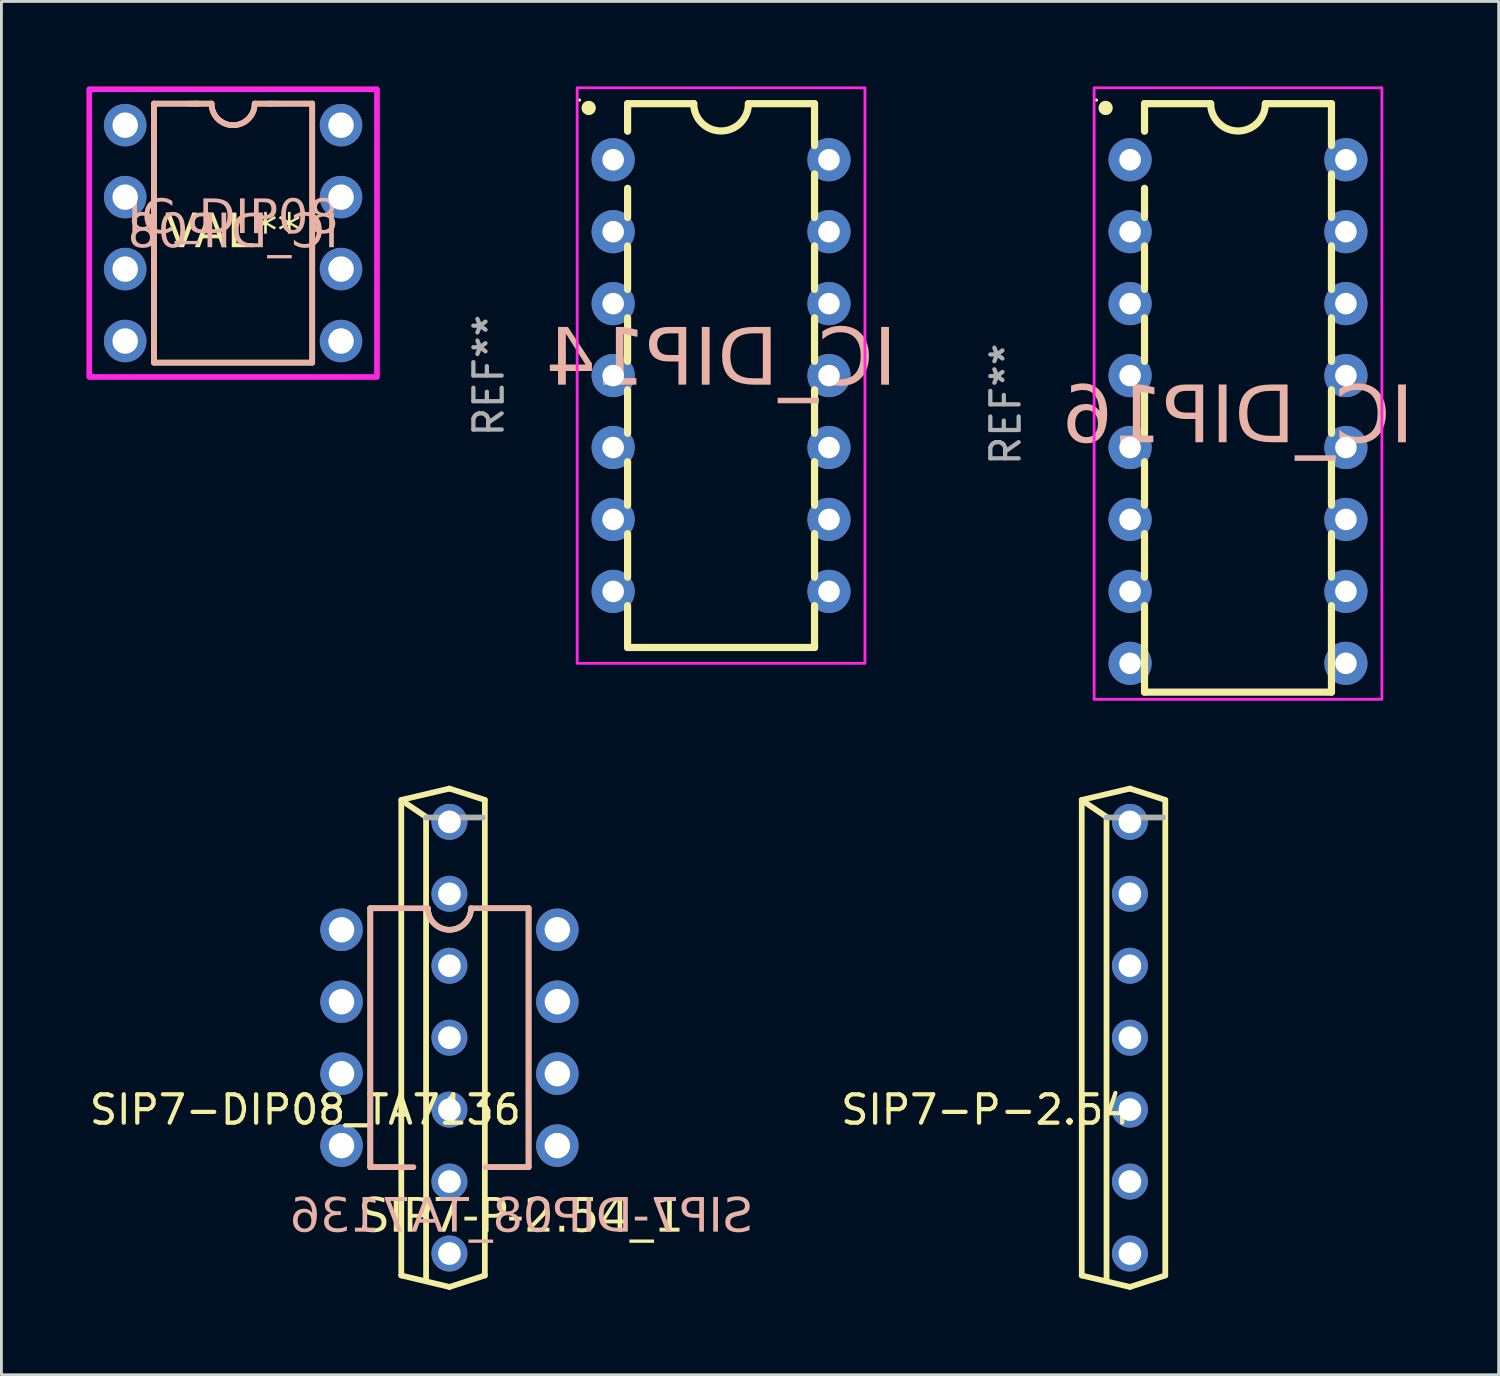
<source format=kicad_pcb>
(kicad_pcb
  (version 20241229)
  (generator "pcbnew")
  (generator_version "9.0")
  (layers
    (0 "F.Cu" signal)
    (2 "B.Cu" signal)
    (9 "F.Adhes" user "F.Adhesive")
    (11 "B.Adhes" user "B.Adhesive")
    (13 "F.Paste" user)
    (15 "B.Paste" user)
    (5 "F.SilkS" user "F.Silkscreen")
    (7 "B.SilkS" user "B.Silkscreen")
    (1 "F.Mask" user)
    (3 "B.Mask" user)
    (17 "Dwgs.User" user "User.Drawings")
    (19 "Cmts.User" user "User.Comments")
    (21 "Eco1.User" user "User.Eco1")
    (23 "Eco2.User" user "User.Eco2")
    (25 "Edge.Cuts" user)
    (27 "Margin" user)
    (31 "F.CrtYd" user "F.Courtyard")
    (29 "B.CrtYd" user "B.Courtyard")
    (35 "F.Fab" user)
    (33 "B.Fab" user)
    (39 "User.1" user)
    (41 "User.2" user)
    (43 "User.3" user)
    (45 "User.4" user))
  (footprint "IC_DIP14"
    (layer "F.Cu")
    (at 22.408 10.21)
    (property "Reference" "IC_DIP14" (at 0 -0.508 180) (layer "B.SilkS") (effects (font (face "Milk Run") (size 2 2) (thickness 0.15)) (justify mirror)))
    (attr through_hole)
    (fp_line (start -3.3 -9.6) (end -3.3 -8.628) (stroke (width 0.254) (type solid)) (layer "F.SilkS"))
    (fp_line (start -3.3 -9.6) (end -0.965 -9.6) (stroke (width 0.254) (type solid)) (layer "F.SilkS"))
    (fp_line (start -3.3 -6.612) (end -3.3 -5.581) (stroke (width 0.254) (type solid)) (layer "F.SilkS"))
    (fp_line (start -3.3 -4.579) (end -3.3 -3.041) (stroke (width 0.254) (type solid)) (layer "F.SilkS"))
    (fp_line (start -3.3 -2.039) (end -3.3 -0.501) (stroke (width 0.254) (type solid)) (layer "F.SilkS"))
    (fp_line (start -3.3 0.501) (end -3.3 2.039) (stroke (width 0.254) (type solid)) (layer "F.SilkS"))
    (fp_line (start -3.3 3.041) (end -3.3 4.579) (stroke (width 0.254) (type solid)) (layer "F.SilkS"))
    (fp_line (start -3.3 5.581) (end -3.3 7.119) (stroke (width 0.254) (type solid)) (layer "F.SilkS"))
    (fp_line (start -3.3 8.121) (end -3.3 9.6) (stroke (width 0.254) (type solid)) (layer "F.SilkS"))
    (fp_line (start 3.3 -9.6) (end 0.965 -9.6) (stroke (width 0.254) (type solid)) (layer "F.SilkS"))
    (fp_line (start 3.3 -9.6) (end 3.3 -8.121) (stroke (width 0.254) (type solid)) (layer "F.SilkS"))
    (fp_line (start 3.3 -7.119) (end 3.3 -5.581) (stroke (width 0.254) (type solid)) (layer "F.SilkS"))
    (fp_line (start 3.3 -4.579) (end 3.3 -3.041) (stroke (width 0.254) (type solid)) (layer "F.SilkS"))
    (fp_line (start 3.3 -2.039) (end 3.3 -0.501) (stroke (width 0.254) (type solid)) (layer "F.SilkS"))
    (fp_line (start 3.3 0.501) (end 3.3 2.039) (stroke (width 0.254) (type solid)) (layer "F.SilkS"))
    (fp_line (start 3.3 3.041) (end 3.3 4.579) (stroke (width 0.254) (type solid)) (layer "F.SilkS"))
    (fp_line (start 3.3 5.581) (end 3.3 7.119) (stroke (width 0.254) (type solid)) (layer "F.SilkS"))
    (fp_line (start 3.3 8.121) (end 3.3 9.6) (stroke (width 0.254) (type solid)) (layer "F.SilkS"))
    (fp_line (start 3.3 9.6) (end -3.3 9.6) (stroke (width 0.254) (type solid)) (layer "F.SilkS"))
    (fp_arc (start 0.964999 -9.600025) (mid -0.000699 -8.635521) (end -0.965203 -9.601219) (stroke (width 0.254) (type solid)) (layer "F.SilkS"))
    (fp_circle (center -5 -9.727) (end -5 -9.697) (stroke (width 0.06) (type solid)) (fill no) (layer "F.SilkS"))
    (fp_circle (center -4.674 -9.449) (end -4.674 -9.322) (stroke (width 0.254) (type solid)) (fill no) (layer "F.SilkS"))
    (fp_rect (start -5.08 -10.16) (end 5.08 10.16) (stroke (width 0.1) (type default)) (fill no) (layer "F.CrtYd"))
    (fp_text user "REF**" (at -8.2 0 270) (layer "F.Fab") (effects (font (size 1 1) (thickness 0.15))))
    (pad "1" thru_hole circle (at -3.81 -7.62) (size 1.524 1.524) (drill 0.762) (layers "*.Cu" "*.Mask"))
    (pad "2" thru_hole circle (at -3.81 -5.08) (size 1.524 1.524) (drill 0.762) (layers "*.Cu" "*.Mask"))
    (pad "3" thru_hole circle (at -3.81 -2.54) (size 1.524 1.524) (drill 0.762) (layers "*.Cu" "*.Mask"))
    (pad "4" thru_hole circle (at -3.81 0) (size 1.524 1.524) (drill 0.762) (layers "*.Cu" "*.Mask"))
    (pad "5" thru_hole circle (at -3.81 2.54) (size 1.524 1.524) (drill 0.762) (layers "*.Cu" "*.Mask"))
    (pad "6" thru_hole circle (at -3.81 5.08) (size 1.524 1.524) (drill 0.762) (layers "*.Cu" "*.Mask"))
    (pad "7" thru_hole circle (at -3.81 7.62) (size 1.524 1.524) (drill 0.762) (layers "*.Cu" "*.Mask"))
    (pad "8" thru_hole circle (at 3.81 7.62) (size 1.524 1.524) (drill 0.762) (layers "*.Cu" "*.Mask"))
    (pad "9" thru_hole circle (at 3.81 5.08) (size 1.524 1.524) (drill 0.762) (layers "*.Cu" "*.Mask"))
    (pad "10" thru_hole circle (at 3.81 2.54) (size 1.524 1.524) (drill 0.762) (layers "*.Cu" "*.Mask"))
    (pad "11" thru_hole circle (at 3.81 0) (size 1.524 1.524) (drill 0.762) (layers "*.Cu" "*.Mask"))
    (pad "12" thru_hole circle (at 3.81 -2.54) (size 1.524 1.524) (drill 0.762) (layers "*.Cu" "*.Mask"))
    (pad "13" thru_hole circle (at 3.81 -5.08) (size 1.524 1.524) (drill 0.762) (layers "*.Cu" "*.Mask"))
    (pad "14" thru_hole circle (at 3.81 -7.62) (size 1.524 1.524) (drill 0.762) (layers "*.Cu" "*.Mask")))
  (footprint "SIP7-P-2.54"
    (layer "F.Cu")
    (at 36.842 33.587)
    (property "Reference" "SIP7-P-2.54" (at -5.087 2.544 0) (layer "F.SilkS") (effects (font (size 1.001 1.001) (thickness 0.15))))
    (attr through_hole)
    (fp_line (start -1.7 -8.395) (end 0 -8.795) (stroke (width 0.203) (type solid)) (layer "F.SilkS"))
    (fp_line (start -1.7 8.395) (end -1.7 -8.395) (stroke (width 0.203) (type solid)) (layer "F.SilkS"))
    (fp_line (start -1.675 -8.37) (end -0.825 -7.795) (stroke (width 0.203) (type solid)) (layer "F.SilkS"))
    (fp_line (start -0.825 8.545) (end -0.825 -7.795) (stroke (width 0.203) (type solid)) (layer "F.SilkS"))
    (fp_line (start 0 -8.795) (end 1.25 -8.395) (stroke (width 0.203) (type solid)) (layer "F.SilkS"))
    (fp_line (start 0 8.8) (end -1.7 8.395) (stroke (width 0.203) (type solid)) (layer "F.SilkS"))
    (fp_line (start 1.25 -8.395) (end 1.25 8.395) (stroke (width 0.203) (type solid)) (layer "F.SilkS"))
    (fp_line (start 1.25 8.395) (end 0 8.8) (stroke (width 0.203) (type solid)) (layer "F.SilkS"))
    (fp_line (start 1.17 -7.775) (end -0.82 -7.775) (stroke (width 0.203) (type solid)) (layer "F.Fab"))
    (pad "1" thru_hole circle (at 0 -7.62 270) (size 1.27 1.27) (drill 0.8) (layers "*.Cu" "*.Mask"))
    (pad "2" thru_hole circle (at 0 -5.08 270) (size 1.27 1.27) (drill 0.8) (layers "*.Cu" "*.Mask"))
    (pad "3" thru_hole circle (at 0 -2.54 270) (size 1.27 1.27) (drill 0.8) (layers "*.Cu" "*.Mask"))
    (pad "4" thru_hole circle (at 0 0 270) (size 1.27 1.27) (drill 0.8) (layers "*.Cu" "*.Mask"))
    (pad "5" thru_hole circle (at 0 2.54 270) (size 1.27 1.27) (drill 0.8) (layers "*.Cu" "*.Mask"))
    (pad "6" thru_hole circle (at 0 5.08 270) (size 1.27 1.27) (drill 0.8) (layers "*.Cu" "*.Mask"))
    (pad "7" thru_hole circle (at 0 7.62 270) (size 1.27 1.27) (drill 0.8) (layers "*.Cu" "*.Mask")))
  (footprint "IC_DIP08"
    (layer "F.Cu")
    (at 5.18 5.18)
    (property "Reference" "IC_DIP08" (at 0 -0.5 0) (unlocked yes) (layer "B.SilkS") (effects (font (face "Milk Run") (size 1.2 1.2) (thickness 0.1))))
    (property "Value" "VAL**" (at 0 1 0) (unlocked yes) (layer "F.SilkS") (hide yes) (effects (font (face "Milk Run") (size 1.2 1.2) (thickness 0.1))))
    (attr through_hole)
    (fp_line (start -2.794 -4.572) (end -2.794 4.572) (stroke (width 0.2) (type default)) (layer "F.SilkS"))
    (fp_line (start -2.794 -4.572) (end -1.524 -4.572) (stroke (width 0.2) (type default)) (layer "F.SilkS"))
    (fp_line (start -2.794 4.572) (end 2.794 4.572) (stroke (width 0.2) (type default)) (layer "F.SilkS"))
    (fp_line (start -1.524 -4.572) (end -1.27 -4.572) (stroke (width 0.2) (type default)) (layer "F.SilkS"))
    (fp_line (start -0.762 -4.572) (end -1.397 -4.572) (stroke (width 0.2) (type default)) (layer "F.SilkS"))
    (fp_line (start 0.762 -4.572) (end 1.27 -4.572) (stroke (width 0.2) (type default)) (layer "F.SilkS"))
    (fp_line (start 2.794 -4.572) (end 1.27 -4.572) (stroke (width 0.2) (type default)) (layer "F.SilkS"))
    (fp_line (start 2.794 4.572) (end 2.794 -4.572) (stroke (width 0.2) (type default)) (layer "F.SilkS"))
    (fp_arc (start 0.762 -4.572) (mid 0 -3.81) (end -0.762 -4.572) (stroke (width 0.2) (type default)) (layer "F.SilkS"))
    (fp_line (start -2.794 -4.572) (end -2.794 4.572) (stroke (width 0.2) (type default)) (layer "B.SilkS"))
    (fp_line (start -2.794 4.572) (end 2.794 4.572) (stroke (width 0.2) (type default)) (layer "B.SilkS"))
    (fp_line (start -1.27 -4.572) (end -2.794 -4.572) (stroke (width 0.2) (type default)) (layer "B.SilkS"))
    (fp_line (start -1.27 -4.572) (end -0.762 -4.572) (stroke (width 0.2) (type default)) (layer "B.SilkS"))
    (fp_line (start 1.27 -4.572) (end 1.524 -4.572) (stroke (width 0.2) (type default)) (layer "B.SilkS"))
    (fp_line (start 1.397 -4.572) (end 0.762 -4.572) (stroke (width 0.2) (type default)) (layer "B.SilkS"))
    (fp_line (start 1.524 -4.572) (end 2.794 -4.572) (stroke (width 0.2) (type default)) (layer "B.SilkS"))
    (fp_line (start 2.794 4.572) (end 2.794 -4.572) (stroke (width 0.2) (type default)) (layer "B.SilkS"))
    (fp_arc (start 0.762 -4.572) (mid 0 -3.81) (end -0.762 -4.572) (stroke (width 0.2) (type default)) (layer "B.SilkS"))
    (fp_rect (start -5.08 -5.08) (end 5.08 5.08) (stroke (width 0.2) (type default)) (fill no) (layer "F.CrtYd"))
    (fp_text user "${VALUE}" (at 0 0 0) (layer "F.SilkS") (effects (font (face "Milk Run") (size 1.2 1.2) (thickness 0.1))))
    (fp_text user "${REFERENCE}" (at 0 0 0) (layer "B.SilkS") (effects (font (face "Milk Run") (size 1.2 1.2) (thickness 0.1)) (justify mirror)))
    (pad "1" thru_hole circle (at -3.81 -3.81) (size 1.5 1.5) (drill 0.9) (layers "*.Cu" "*.Mask"))
    (pad "2" thru_hole circle (at -3.81 -1.27) (size 1.5 1.5) (drill 0.9) (layers "*.Cu" "*.Mask"))
    (pad "3" thru_hole circle (at -3.81 1.27) (size 1.5 1.5) (drill 0.9) (layers "*.Cu" "*.Mask"))
    (pad "4" thru_hole circle (at -3.81 3.81) (size 1.5 1.5) (drill 0.9) (layers "*.Cu" "*.Mask"))
    (pad "5" thru_hole circle (at 3.81 3.81) (size 1.5 1.5) (drill 0.9) (layers "*.Cu" "*.Mask"))
    (pad "6" thru_hole circle (at 3.81 1.27) (size 1.5 1.5) (drill 0.9) (layers "*.Cu" "*.Mask"))
    (pad "7" thru_hole circle (at 3.81 -1.27) (size 1.5 1.5) (drill 0.9) (layers "*.Cu" "*.Mask"))
    (pad "8" thru_hole circle (at 3.81 -3.81) (size 1.5 1.5) (drill 0.9) (layers "*.Cu" "*.Mask")))
  (footprint "IC_DIP16"
    (layer "F.Cu")
    (at 40.659 11.48)
    (property "Reference" "IC_DIP16" (at 0 0.254 180) (layer "B.SilkS") (effects (font (face "Milk Run") (size 2 2) (thickness 0.15)) (justify mirror)))
    (attr through_hole)
    (fp_line (start -3.3 -10.87) (end -3.3 -9.898) (stroke (width 0.254) (type solid)) (layer "F.SilkS"))
    (fp_line (start -3.3 -10.87) (end -0.965 -10.87) (stroke (width 0.254) (type solid)) (layer "F.SilkS"))
    (fp_line (start -3.3 -7.882) (end -3.3 -6.851) (stroke (width 0.254) (type solid)) (layer "F.SilkS"))
    (fp_line (start -3.3 -5.849) (end -3.3 -4.311) (stroke (width 0.254) (type solid)) (layer "F.SilkS"))
    (fp_line (start -3.3 -3.309) (end -3.3 -1.771) (stroke (width 0.254) (type solid)) (layer "F.SilkS"))
    (fp_line (start -3.3 -0.769) (end -3.3 0.769) (stroke (width 0.254) (type solid)) (layer "F.SilkS"))
    (fp_line (start -3.3 1.771) (end -3.3 3.309) (stroke (width 0.254) (type solid)) (layer "F.SilkS"))
    (fp_line (start -3.3 4.311) (end -3.3 5.849) (stroke (width 0.254) (type solid)) (layer "F.SilkS"))
    (fp_line (start -3.3 6.851) (end -3.3 9.906) (stroke (width 0.254) (type solid)) (layer "F.SilkS"))
    (fp_line (start 3.3 -10.87) (end 0.965 -10.87) (stroke (width 0.254) (type solid)) (layer "F.SilkS"))
    (fp_line (start 3.3 -10.87) (end 3.3 -9.391) (stroke (width 0.254) (type solid)) (layer "F.SilkS"))
    (fp_line (start 3.3 -8.389) (end 3.3 -6.851) (stroke (width 0.254) (type solid)) (layer "F.SilkS"))
    (fp_line (start 3.3 -5.849) (end 3.3 -4.311) (stroke (width 0.254) (type solid)) (layer "F.SilkS"))
    (fp_line (start 3.3 -3.309) (end 3.3 -1.771) (stroke (width 0.254) (type solid)) (layer "F.SilkS"))
    (fp_line (start 3.3 -0.769) (end 3.3 0.769) (stroke (width 0.254) (type solid)) (layer "F.SilkS"))
    (fp_line (start 3.3 1.771) (end 3.3 3.309) (stroke (width 0.254) (type solid)) (layer "F.SilkS"))
    (fp_line (start 3.3 4.311) (end 3.3 5.849) (stroke (width 0.254) (type solid)) (layer "F.SilkS"))
    (fp_line (start 3.3 6.851) (end 3.3 9.906) (stroke (width 0.254) (type solid)) (layer "F.SilkS"))
    (fp_line (start 3.3 9.906) (end -3.3 9.906) (stroke (width 0.254) (type solid)) (layer "F.SilkS"))
    (fp_arc (start 0.964999 -10.870025) (mid -0.000699 -9.905521) (end -0.965203 -10.871219) (stroke (width 0.254) (type solid)) (layer "F.SilkS"))
    (fp_circle (center -5 -10.997) (end -5 -10.967) (stroke (width 0.06) (type solid)) (fill no) (layer "F.SilkS"))
    (fp_circle (center -4.674 -10.719) (end -4.674 -10.592) (stroke (width 0.254) (type solid)) (fill no) (layer "F.SilkS"))
    (fp_rect (start -5.08 -11.43) (end 5.08 10.16) (stroke (width 0.1) (type default)) (fill no) (layer "F.CrtYd"))
    (fp_text user "REF**" (at -8.2 -0.254 270) (layer "F.Fab") (effects (font (size 1 1) (thickness 0.15))))
    (pad "1" thru_hole circle (at -3.81 -8.89) (size 1.524 1.524) (drill 0.762) (layers "*.Cu" "*.Mask"))
    (pad "2" thru_hole circle (at -3.81 -6.35) (size 1.524 1.524) (drill 0.762) (layers "*.Cu" "*.Mask"))
    (pad "3" thru_hole circle (at -3.81 -3.81) (size 1.524 1.524) (drill 0.762) (layers "*.Cu" "*.Mask"))
    (pad "4" thru_hole circle (at -3.81 -1.27) (size 1.524 1.524) (drill 0.762) (layers "*.Cu" "*.Mask"))
    (pad "5" thru_hole circle (at -3.81 1.27) (size 1.524 1.524) (drill 0.762) (layers "*.Cu" "*.Mask"))
    (pad "6" thru_hole circle (at -3.81 3.81) (size 1.524 1.524) (drill 0.762) (layers "*.Cu" "*.Mask"))
    (pad "7" thru_hole circle (at -3.81 6.35) (size 1.524 1.524) (drill 0.762) (layers "*.Cu" "*.Mask"))
    (pad "8" thru_hole circle (at -3.81 8.89) (size 1.524 1.524) (drill 0.762) (layers "*.Cu" "*.Mask"))
    (pad "9" thru_hole circle (at 3.81 8.89) (size 1.524 1.524) (drill 0.762) (layers "*.Cu" "*.Mask"))
    (pad "10" thru_hole circle (at 3.81 6.35) (size 1.524 1.524) (drill 0.762) (layers "*.Cu" "*.Mask"))
    (pad "11" thru_hole circle (at 3.81 3.81) (size 1.524 1.524) (drill 0.762) (layers "*.Cu" "*.Mask"))
    (pad "12" thru_hole circle (at 3.81 1.27) (size 1.524 1.524) (drill 0.762) (layers "*.Cu" "*.Mask"))
    (pad "13" thru_hole circle (at 3.81 -1.27) (size 1.524 1.524) (drill 0.762) (layers "*.Cu" "*.Mask"))
    (pad "14" thru_hole circle (at 3.81 -3.81) (size 1.524 1.524) (drill 0.762) (layers "*.Cu" "*.Mask"))
    (pad "15" thru_hole circle (at 3.81 -6.35) (size 1.524 1.524) (drill 0.762) (layers "*.Cu" "*.Mask"))
    (pad "16" thru_hole circle (at 3.81 -8.89) (size 1.524 1.524) (drill 0.762) (layers "*.Cu" "*.Mask")))
  (footprint "SIP7-DIP08_TA7136"
    (layer "F.Cu")
    (at 12.818 33.587)
    (property "Reference" "SIP7-DIP08_TA7136" (at -5.087 2.544 0) (layer "F.SilkS") (effects (font (size 1.001 1.001) (thickness 0.15))))
    (property "Value" "SIP7-P-2.54_1" (at 5.081 2.54 0) (layer "F.Fab") (hide yes) (effects (font (size 1 1) (thickness 0.15))))
    (attr through_hole)
    (fp_line (start -2.794 -4.572) (end -2.794 4.572) (stroke (width 0.2) (type default)) (layer "F.SilkS"))
    (fp_line (start -2.794 -4.572) (end -1.7 -4.572) (stroke (width 0.2) (type default)) (layer "F.SilkS"))
    (fp_line (start -2.794 4.572) (end -1.778 4.572) (stroke (width 0.2) (type default)) (layer "F.SilkS"))
    (fp_line (start -1.7 -8.395) (end 0 -8.795) (stroke (width 0.203) (type solid)) (layer "F.SilkS"))
    (fp_line (start -1.7 8.395) (end -1.7 -8.395) (stroke (width 0.203) (type solid)) (layer "F.SilkS"))
    (fp_line (start -1.675 -8.37) (end -0.825 -7.795) (stroke (width 0.203) (type solid)) (layer "F.SilkS"))
    (fp_line (start -0.825 8.545) (end -0.825 -7.795) (stroke (width 0.203) (type solid)) (layer "F.SilkS"))
    (fp_line (start 0 -8.795) (end 1.25 -8.395) (stroke (width 0.203) (type solid)) (layer "F.SilkS"))
    (fp_line (start 0 8.8) (end -1.7 8.395) (stroke (width 0.203) (type solid)) (layer "F.SilkS"))
    (fp_line (start 1.25 -8.395) (end 1.25 8.395) (stroke (width 0.203) (type solid)) (layer "F.SilkS"))
    (fp_line (start 1.25 8.395) (end 0 8.8) (stroke (width 0.203) (type solid)) (layer "F.SilkS"))
    (fp_line (start 1.27 4.572) (end 2.794 4.572) (stroke (width 0.2) (type default)) (layer "F.SilkS"))
    (fp_line (start 2.794 -4.572) (end 1.27 -4.572) (stroke (width 0.2) (type default)) (layer "F.SilkS"))
    (fp_line (start 2.794 4.572) (end 2.794 -4.572) (stroke (width 0.2) (type default)) (layer "F.SilkS"))
    (fp_arc (start 0.762 -4.572) (mid 0 -3.81) (end -0.762 -4.572) (stroke (width 0.2) (type default)) (layer "F.SilkS"))
    (fp_line (start -2.794 -4.572) (end -2.794 4.572) (stroke (width 0.2) (type default)) (layer "B.SilkS"))
    (fp_line (start -2.794 4.572) (end -1.27 4.572) (stroke (width 0.2) (type default)) (layer "B.SilkS"))
    (fp_line (start -0.762 -4.572) (end -2.794 -4.572) (stroke (width 0.2) (type default)) (layer "B.SilkS"))
    (fp_line (start 0.762 -4.572) (end 2.794 -4.572) (stroke (width 0.2) (type default)) (layer "B.SilkS"))
    (fp_line (start 1.27 4.572) (end 2.794 4.572) (stroke (width 0.2) (type default)) (layer "B.SilkS"))
    (fp_line (start 2.794 4.572) (end 2.794 -4.572) (stroke (width 0.2) (type default)) (layer "B.SilkS"))
    (fp_arc (start 0.762 -4.572) (mid 0 -3.81) (end -0.762 -4.572) (stroke (width 0.2) (type default)) (layer "B.SilkS"))
    (fp_line (start 1.17 -7.775) (end -0.82 -7.775) (stroke (width 0.203) (type solid)) (layer "F.Fab"))
    (fp_text user "${VALUE}" (at 2.54 6.35 0) (layer "F.SilkS") (effects (font (face "Milk Run") (size 1.2 1.2) (thickness 0.1))))
    (fp_text user "${REFERENCE}" (at 2.54 6.35 0) (layer "B.SilkS") (effects (font (face "Milk Run") (size 1.2 1.2) (thickness 0.1)) (justify mirror)))
    (pad "1" thru_hole circle (at 0 -7.62 270) (size 1.27 1.27) (drill 0.8) (layers "*.Cu" "*.Mask"))
    (pad "2" thru_hole circle (at -3.81 1.27) (size 1.5 1.5) (drill 0.9) (layers "*.Cu" "*.Mask"))
    (pad "2" thru_hole circle (at 0 -5.08 270) (size 1.27 1.27) (drill 0.8) (layers "*.Cu" "*.Mask"))
    (pad "3" thru_hole circle (at -3.81 -1.27) (size 1.5 1.5) (drill 0.9) (layers "*.Cu" "*.Mask"))
    (pad "3" thru_hole circle (at 0 -2.54 270) (size 1.27 1.27) (drill 0.8) (layers "*.Cu" "*.Mask"))
    (pad "4" thru_hole circle (at -3.81 3.81) (size 1.5 1.5) (drill 0.9) (layers "*.Cu" "*.Mask"))
    (pad "4" thru_hole circle (at 0 0 270) (size 1.27 1.27) (drill 0.8) (layers "*.Cu" "*.Mask"))
    (pad "5" thru_hole circle (at 0 2.54 270) (size 1.27 1.27) (drill 0.8) (layers "*.Cu" "*.Mask"))
    (pad "6" thru_hole circle (at 0 5.08 270) (size 1.27 1.27) (drill 0.8) (layers "*.Cu" "*.Mask"))
    (pad "6" thru_hole circle (at 3.81 1.27) (size 1.5 1.5) (drill 0.9) (layers "*.Cu" "*.Mask"))
    (pad "7" thru_hole circle (at 0 7.62 270) (size 1.27 1.27) (drill 0.8) (layers "*.Cu" "*.Mask"))
    (pad "7" thru_hole circle (at 3.81 -1.27) (size 1.5 1.5) (drill 0.9) (layers "*.Cu" "*.Mask"))
    (pad "9" thru_hole circle (at -3.81 -3.81) (size 1.5 1.5) (drill 0.9) (layers "*.Cu" "*.Mask"))
    (pad "10" thru_hole circle (at 3.81 3.81) (size 1.5 1.5) (drill 0.9) (layers "*.Cu" "*.Mask"))
    (pad "11" thru_hole circle (at 3.81 -3.81) (size 1.5 1.5) (drill 0.9) (layers "*.Cu" "*.Mask")))
  (gr_rect
    (start -3 -3)
    (end 49.862 45.488)
    (stroke (width 0.1) (type default))
    (fill no)
    (layer "Edge.Cuts")))
</source>
